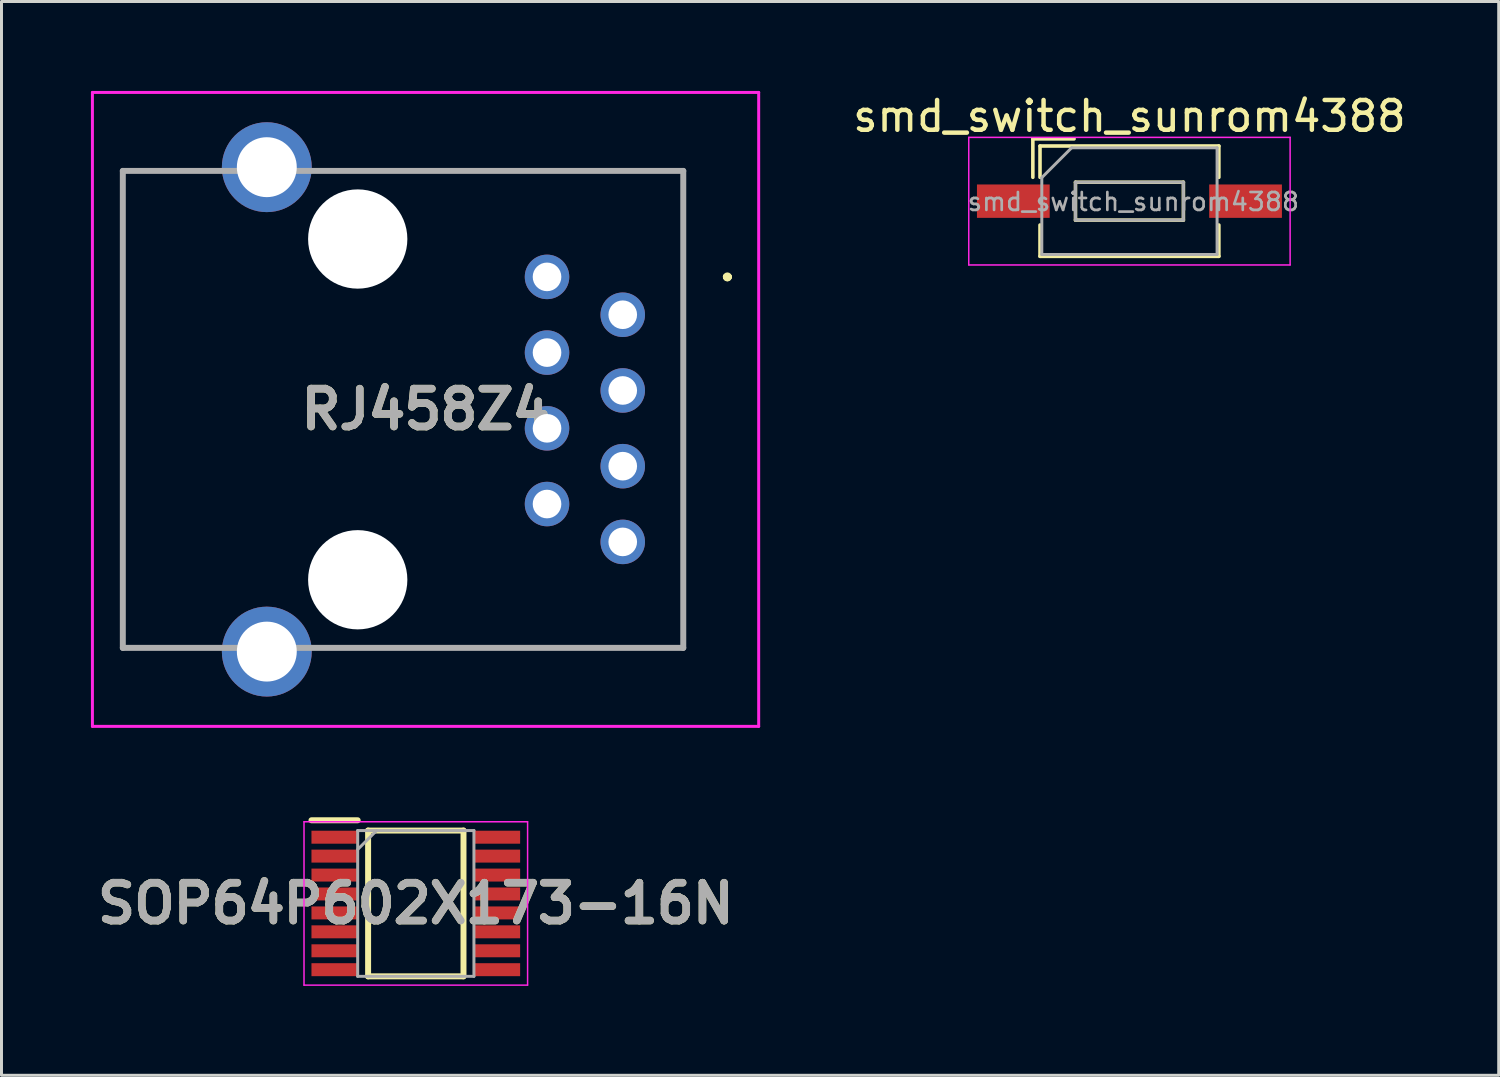
<source format=kicad_pcb>
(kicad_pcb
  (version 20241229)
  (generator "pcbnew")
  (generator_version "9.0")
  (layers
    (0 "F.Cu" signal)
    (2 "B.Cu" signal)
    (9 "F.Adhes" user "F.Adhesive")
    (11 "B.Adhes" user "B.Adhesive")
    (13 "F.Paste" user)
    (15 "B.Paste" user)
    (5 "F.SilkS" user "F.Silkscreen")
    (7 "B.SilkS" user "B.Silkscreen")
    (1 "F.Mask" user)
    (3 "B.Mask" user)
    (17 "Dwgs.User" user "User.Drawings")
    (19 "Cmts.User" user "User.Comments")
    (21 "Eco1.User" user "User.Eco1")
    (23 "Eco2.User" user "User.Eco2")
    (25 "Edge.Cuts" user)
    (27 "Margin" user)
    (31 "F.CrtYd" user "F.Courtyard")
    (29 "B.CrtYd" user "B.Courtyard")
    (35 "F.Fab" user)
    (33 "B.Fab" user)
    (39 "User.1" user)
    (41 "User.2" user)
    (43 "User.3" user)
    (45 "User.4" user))
  (footprint "RJ458Z4"
    (layer "F.Cu")
    (at 15.3 6.238)
    (property "Reference" "RJ458Z4" (at -4.075 4.445 0) (layer "F.SilkS") (effects (font (size 1.27 1.27) (thickness 0.254))))
    (attr through_hole)
    (fp_line (start -14.25 -3.555) (end -14.25 12.445) (stroke (width 0.1) (type solid)) (layer "F.SilkS"))
    (fp_line (start -14.25 12.445) (end -14.25 12.445) (stroke (width 0.1) (type solid)) (layer "F.SilkS"))
    (fp_line (start -14.25 12.445) (end -14.23 12.445) (stroke (width 0.1) (type solid)) (layer "F.SilkS"))
    (fp_line (start -14.25 12.445) (end -12 12.445) (stroke (width 0.1) (type solid)) (layer "F.SilkS"))
    (fp_line (start -14.23 -3.555) (end -14.25 -3.555) (stroke (width 0.1) (type solid)) (layer "F.SilkS"))
    (fp_line (start -14.23 -3.555) (end -14.23 -3.555) (stroke (width 0.1) (type solid)) (layer "F.SilkS"))
    (fp_line (start -14.23 -3.555) (end -11.5 -3.555) (stroke (width 0.1) (type solid)) (layer "F.SilkS"))
    (fp_line (start -14.23 12.445) (end -14.23 -3.555) (stroke (width 0.1) (type solid)) (layer "F.SilkS"))
    (fp_line (start -12 12.445) (end -14.25 12.445) (stroke (width 0.1) (type solid)) (layer "F.SilkS"))
    (fp_line (start -12 12.445) (end -12 12.445) (stroke (width 0.1) (type solid)) (layer "F.SilkS"))
    (fp_line (start -11.5 -3.555) (end -14.23 -3.555) (stroke (width 0.1) (type solid)) (layer "F.SilkS"))
    (fp_line (start -11.5 -3.555) (end -11.5 -3.555) (stroke (width 0.1) (type solid)) (layer "F.SilkS"))
    (fp_line (start -7 -3.555) (end -7 -3.555) (stroke (width 0.1) (type solid)) (layer "F.SilkS"))
    (fp_line (start -7 -3.555) (end 4.57 -3.555) (stroke (width 0.1) (type solid)) (layer "F.SilkS"))
    (fp_line (start -5.25 12.445) (end -5.25 12.445) (stroke (width 0.1) (type solid)) (layer "F.SilkS"))
    (fp_line (start -5.25 12.445) (end 4.57 12.445) (stroke (width 0.1) (type solid)) (layer "F.SilkS"))
    (fp_line (start 4.57 -3.555) (end -7 -3.555) (stroke (width 0.1) (type solid)) (layer "F.SilkS"))
    (fp_line (start 4.57 -3.555) (end 4.57 -3.555) (stroke (width 0.1) (type solid)) (layer "F.SilkS"))
    (fp_line (start 4.57 -3.555) (end 4.57 -3.555) (stroke (width 0.1) (type solid)) (layer "F.SilkS"))
    (fp_line (start 4.57 -3.555) (end 4.57 12.445) (stroke (width 0.1) (type solid)) (layer "F.SilkS"))
    (fp_line (start 4.57 12.445) (end -5.25 12.445) (stroke (width 0.1) (type solid)) (layer "F.SilkS"))
    (fp_line (start 4.57 12.445) (end 4.57 -3.555) (stroke (width 0.1) (type solid)) (layer "F.SilkS"))
    (fp_line (start 4.57 12.445) (end 4.57 12.445) (stroke (width 0.1) (type solid)) (layer "F.SilkS"))
    (fp_line (start 4.57 12.445) (end 4.57 12.445) (stroke (width 0.1) (type solid)) (layer "F.SilkS"))
    (fp_line (start 6 0) (end 6 0) (stroke (width 0.2) (type solid)) (layer "F.SilkS"))
    (fp_line (start 6 0) (end 6 0) (stroke (width 0.2) (type solid)) (layer "F.SilkS"))
    (fp_line (start 6.1 0) (end 6.1 0) (stroke (width 0.2) (type solid)) (layer "F.SilkS"))
    (fp_arc (start 6 0) (mid 6.05 -0.05) (end 6.1 0) (stroke (width 0.2) (type solid)) (layer "F.SilkS"))
    (fp_arc (start 6.1 0) (mid 6.05 0.05) (end 6 0) (stroke (width 0.2) (type solid)) (layer "F.SilkS"))
    (fp_arc (start 6.1 0) (mid 6.05 0.05) (end 6 0) (stroke (width 0.2) (type solid)) (layer "F.SilkS"))
    (fp_line (start -15.25 -6.188) (end 7.1 -6.188) (stroke (width 0.1) (type solid)) (layer "F.CrtYd"))
    (fp_line (start -15.25 15.078) (end -15.25 -6.188) (stroke (width 0.1) (type solid)) (layer "F.CrtYd"))
    (fp_line (start 7.1 -6.188) (end 7.1 15.078) (stroke (width 0.1) (type solid)) (layer "F.CrtYd"))
    (fp_line (start 7.1 15.078) (end -15.25 15.078) (stroke (width 0.1) (type solid)) (layer "F.CrtYd"))
    (fp_line (start -14.23 -3.555) (end -14.23 12.445) (stroke (width 0.2) (type solid)) (layer "F.Fab"))
    (fp_line (start -14.23 12.445) (end 4.57 12.445) (stroke (width 0.2) (type solid)) (layer "F.Fab"))
    (fp_line (start 4.57 -3.555) (end -14.23 -3.555) (stroke (width 0.2) (type solid)) (layer "F.Fab"))
    (fp_line (start 4.57 12.445) (end 4.57 -3.555) (stroke (width 0.2) (type solid)) (layer "F.Fab"))
    (fp_text user "${REFERENCE}" (at -4.075 4.445 0) (layer "F.Fab") (effects (font (size 1.27 1.27) (thickness 0.254))))
    (pad "" np_thru_hole circle (at -6.35 -1.27) (size 3.33 3.33) (drill 3.33) (layers "*.Cu" "*.Mask"))
    (pad "" np_thru_hole circle (at -6.35 10.16) (size 3.33 3.33) (drill 3.33) (layers "*.Cu" "*.Mask"))
    (pad "1" thru_hole circle (at 0 0) (size 1.493 1.493) (drill 0.96) (layers "*.Cu" "*.Mask"))
    (pad "2" thru_hole circle (at 2.54 1.27) (size 1.493 1.493) (drill 0.96) (layers "*.Cu" "*.Mask"))
    (pad "3" thru_hole circle (at 0 2.54) (size 1.493 1.493) (drill 0.96) (layers "*.Cu" "*.Mask"))
    (pad "4" thru_hole circle (at 2.54 3.81) (size 1.493 1.493) (drill 0.96) (layers "*.Cu" "*.Mask"))
    (pad "5" thru_hole circle (at 0 5.08) (size 1.493 1.493) (drill 0.96) (layers "*.Cu" "*.Mask"))
    (pad "6" thru_hole circle (at 2.54 6.35) (size 1.493 1.493) (drill 0.96) (layers "*.Cu" "*.Mask"))
    (pad "7" thru_hole circle (at 0 7.62) (size 1.493 1.493) (drill 0.96) (layers "*.Cu" "*.Mask"))
    (pad "8" thru_hole circle (at 2.54 8.89) (size 1.493 1.493) (drill 0.96) (layers "*.Cu" "*.Mask"))
    (pad "MH1" thru_hole circle (at -9.4 -3.68) (size 3.015 3.015) (drill 2.01) (layers "*.Cu" "*.Mask"))
    (pad "MH2" thru_hole circle (at -9.4 12.57) (size 3.015 3.015) (drill 2.01) (layers "*.Cu" "*.Mask")))
  (footprint "SOP64P602X173-16N"
    (layer "F.Cu")
    (at 10.898 27.256)
    (property "Reference" "SOP64P602X173-16N" (at 0 0 0) (layer "F.SilkS") (effects (font (size 1.27 1.27) (thickness 0.254))))
    (attr smd)
    (fp_line (start -3.5 -2.79) (end -1.95 -2.79) (stroke (width 0.2) (type solid)) (layer "F.SilkS"))
    (fp_line (start -1.6 -2.445) (end 1.6 -2.445) (stroke (width 0.2) (type solid)) (layer "F.SilkS"))
    (fp_line (start -1.6 2.445) (end -1.6 -2.445) (stroke (width 0.2) (type solid)) (layer "F.SilkS"))
    (fp_line (start 1.6 -2.445) (end 1.6 2.445) (stroke (width 0.2) (type solid)) (layer "F.SilkS"))
    (fp_line (start 1.6 2.445) (end -1.6 2.445) (stroke (width 0.2) (type solid)) (layer "F.SilkS"))
    (fp_line (start -3.75 -2.74) (end 3.75 -2.74) (stroke (width 0.05) (type solid)) (layer "F.CrtYd"))
    (fp_line (start -3.75 2.74) (end -3.75 -2.74) (stroke (width 0.05) (type solid)) (layer "F.CrtYd"))
    (fp_line (start 3.75 -2.74) (end 3.75 2.74) (stroke (width 0.05) (type solid)) (layer "F.CrtYd"))
    (fp_line (start 3.75 2.74) (end -3.75 2.74) (stroke (width 0.05) (type solid)) (layer "F.CrtYd"))
    (fp_line (start -1.95 -2.445) (end 1.95 -2.445) (stroke (width 0.1) (type solid)) (layer "F.Fab"))
    (fp_line (start -1.95 -1.81) (end -1.315 -2.445) (stroke (width 0.1) (type solid)) (layer "F.Fab"))
    (fp_line (start -1.95 2.445) (end -1.95 -2.445) (stroke (width 0.1) (type solid)) (layer "F.Fab"))
    (fp_line (start 1.95 -2.445) (end 1.95 2.445) (stroke (width 0.1) (type solid)) (layer "F.Fab"))
    (fp_line (start 1.95 2.445) (end -1.95 2.445) (stroke (width 0.1) (type solid)) (layer "F.Fab"))
    (fp_text user "${REFERENCE}" (at 0 0 0) (layer "F.Fab") (effects (font (size 1.27 1.27) (thickness 0.254))))
    (pad "1" smd rect (at -2.725 -2.222 90) (size 0.435 1.55) (layers "F.Cu" "F.Mask" "F.Paste"))
    (pad "2" smd rect (at -2.725 -1.588 90) (size 0.435 1.55) (layers "F.Cu" "F.Mask" "F.Paste"))
    (pad "3" smd rect (at -2.725 -0.952 90) (size 0.435 1.55) (layers "F.Cu" "F.Mask" "F.Paste"))
    (pad "4" smd rect (at -2.725 -0.318 90) (size 0.435 1.55) (layers "F.Cu" "F.Mask" "F.Paste"))
    (pad "5" smd rect (at -2.725 0.318 90) (size 0.435 1.55) (layers "F.Cu" "F.Mask" "F.Paste"))
    (pad "6" smd rect (at -2.725 0.952 90) (size 0.435 1.55) (layers "F.Cu" "F.Mask" "F.Paste"))
    (pad "7" smd rect (at -2.725 1.588 90) (size 0.435 1.55) (layers "F.Cu" "F.Mask" "F.Paste"))
    (pad "8" smd rect (at -2.725 2.222 90) (size 0.435 1.55) (layers "F.Cu" "F.Mask" "F.Paste"))
    (pad "9" smd rect (at 2.725 2.222 90) (size 0.435 1.55) (layers "F.Cu" "F.Mask" "F.Paste"))
    (pad "10" smd rect (at 2.725 1.588 90) (size 0.435 1.55) (layers "F.Cu" "F.Mask" "F.Paste"))
    (pad "11" smd rect (at 2.725 0.952 90) (size 0.435 1.55) (layers "F.Cu" "F.Mask" "F.Paste"))
    (pad "12" smd rect (at 2.725 0.318 90) (size 0.435 1.55) (layers "F.Cu" "F.Mask" "F.Paste"))
    (pad "13" smd rect (at 2.725 -0.318 90) (size 0.435 1.55) (layers "F.Cu" "F.Mask" "F.Paste"))
    (pad "14" smd rect (at 2.725 -0.952 90) (size 0.435 1.55) (layers "F.Cu" "F.Mask" "F.Paste"))
    (pad "15" smd rect (at 2.725 -1.588 90) (size 0.435 1.55) (layers "F.Cu" "F.Mask" "F.Paste"))
    (pad "16" smd rect (at 2.725 -2.222 90) (size 0.435 1.55) (layers "F.Cu" "F.Mask" "F.Paste")))
  (footprint "smd_switch_sunrom4388"
    (layer "F.Cu")
    (at 34.837 3.698)
    (property "Reference" "smd_switch_sunrom4388" (at 0 -2.85 0) (layer "F.SilkS") (effects (font (size 1 1) (thickness 0.15))))
    (attr smd)
    (fp_line (start -3.24 -2.09) (end -3.24 -0.8) (stroke (width 0.12) (type solid)) (layer "F.SilkS"))
    (fp_line (start -3.24 -2.09) (end -1.857 -2.09) (stroke (width 0.12) (type solid)) (layer "F.SilkS"))
    (fp_line (start -3 -1.85) (end -3 -0.8) (stroke (width 0.12) (type solid)) (layer "F.SilkS"))
    (fp_line (start -3 -1.85) (end 3 -1.85) (stroke (width 0.12) (type solid)) (layer "F.SilkS"))
    (fp_line (start -3 0.8) (end -3 1.85) (stroke (width 0.12) (type solid)) (layer "F.SilkS"))
    (fp_line (start -3 1.85) (end 3 1.85) (stroke (width 0.12) (type solid)) (layer "F.SilkS"))
    (fp_line (start -1.81 -0.635) (end -1.81 0.635) (stroke (width 0.12) (type solid)) (layer "F.SilkS"))
    (fp_line (start -1.81 0.635) (end 1.81 0.635) (stroke (width 0.12) (type solid)) (layer "F.SilkS"))
    (fp_line (start 1.81 -0.635) (end -1.81 -0.635) (stroke (width 0.12) (type solid)) (layer "F.SilkS"))
    (fp_line (start 1.81 0.635) (end 1.81 -0.635) (stroke (width 0.12) (type solid)) (layer "F.SilkS"))
    (fp_line (start 3 -1.85) (end 3 -0.8) (stroke (width 0.12) (type solid)) (layer "F.SilkS"))
    (fp_line (start 3 0.8) (end 3 1.85) (stroke (width 0.12) (type solid)) (layer "F.SilkS"))
    (fp_line (start -5.39 -2.14) (end -5.39 2.14) (stroke (width 0.05) (type solid)) (layer "F.CrtYd"))
    (fp_line (start -5.39 2.14) (end 5.39 2.14) (stroke (width 0.05) (type solid)) (layer "F.CrtYd"))
    (fp_line (start 5.39 -2.14) (end -5.39 -2.14) (stroke (width 0.05) (type solid)) (layer "F.CrtYd"))
    (fp_line (start 5.39 2.14) (end 5.39 -2.14) (stroke (width 0.05) (type solid)) (layer "F.CrtYd"))
    (fp_line (start -2.94 -0.79) (end -1.94 -1.79) (stroke (width 0.1) (type solid)) (layer "F.Fab"))
    (fp_line (start -2.94 1.79) (end -2.94 -0.79) (stroke (width 0.1) (type solid)) (layer "F.Fab"))
    (fp_line (start -1.94 -1.79) (end 2.94 -1.79) (stroke (width 0.1) (type solid)) (layer "F.Fab"))
    (fp_line (start -1.81 -0.635) (end -1.81 0.635) (stroke (width 0.1) (type solid)) (layer "F.Fab"))
    (fp_line (start -1.81 0.635) (end 1.81 0.635) (stroke (width 0.1) (type solid)) (layer "F.Fab"))
    (fp_line (start 1.81 -0.635) (end -1.81 -0.635) (stroke (width 0.1) (type solid)) (layer "F.Fab"))
    (fp_line (start 1.81 0.635) (end 1.81 -0.635) (stroke (width 0.1) (type solid)) (layer "F.Fab"))
    (fp_line (start 2.94 -1.79) (end 2.94 1.79) (stroke (width 0.1) (type solid)) (layer "F.Fab"))
    (fp_line (start 2.94 1.79) (end -2.94 1.79) (stroke (width 0.1) (type solid)) (layer "F.Fab"))
    (fp_text user "${REFERENCE}" (at 0.13 0.02 180) (layer "F.Fab") (effects (font (size 0.6 0.6) (thickness 0.09))))
    (pad "1" smd rect (at -3.895 0) (size 2.44 1.12) (layers "F.Cu" "F.Mask" "F.Paste"))
    (pad "2" smd rect (at 3.895 0) (size 2.44 1.12) (layers "F.Cu" "F.Mask" "F.Paste")))
  (gr_rect
    (start -3 -3)
    (end 47.224 33.021)
    (stroke (width 0.1) (type default))
    (fill no)
    (layer "Edge.Cuts")))
</source>
